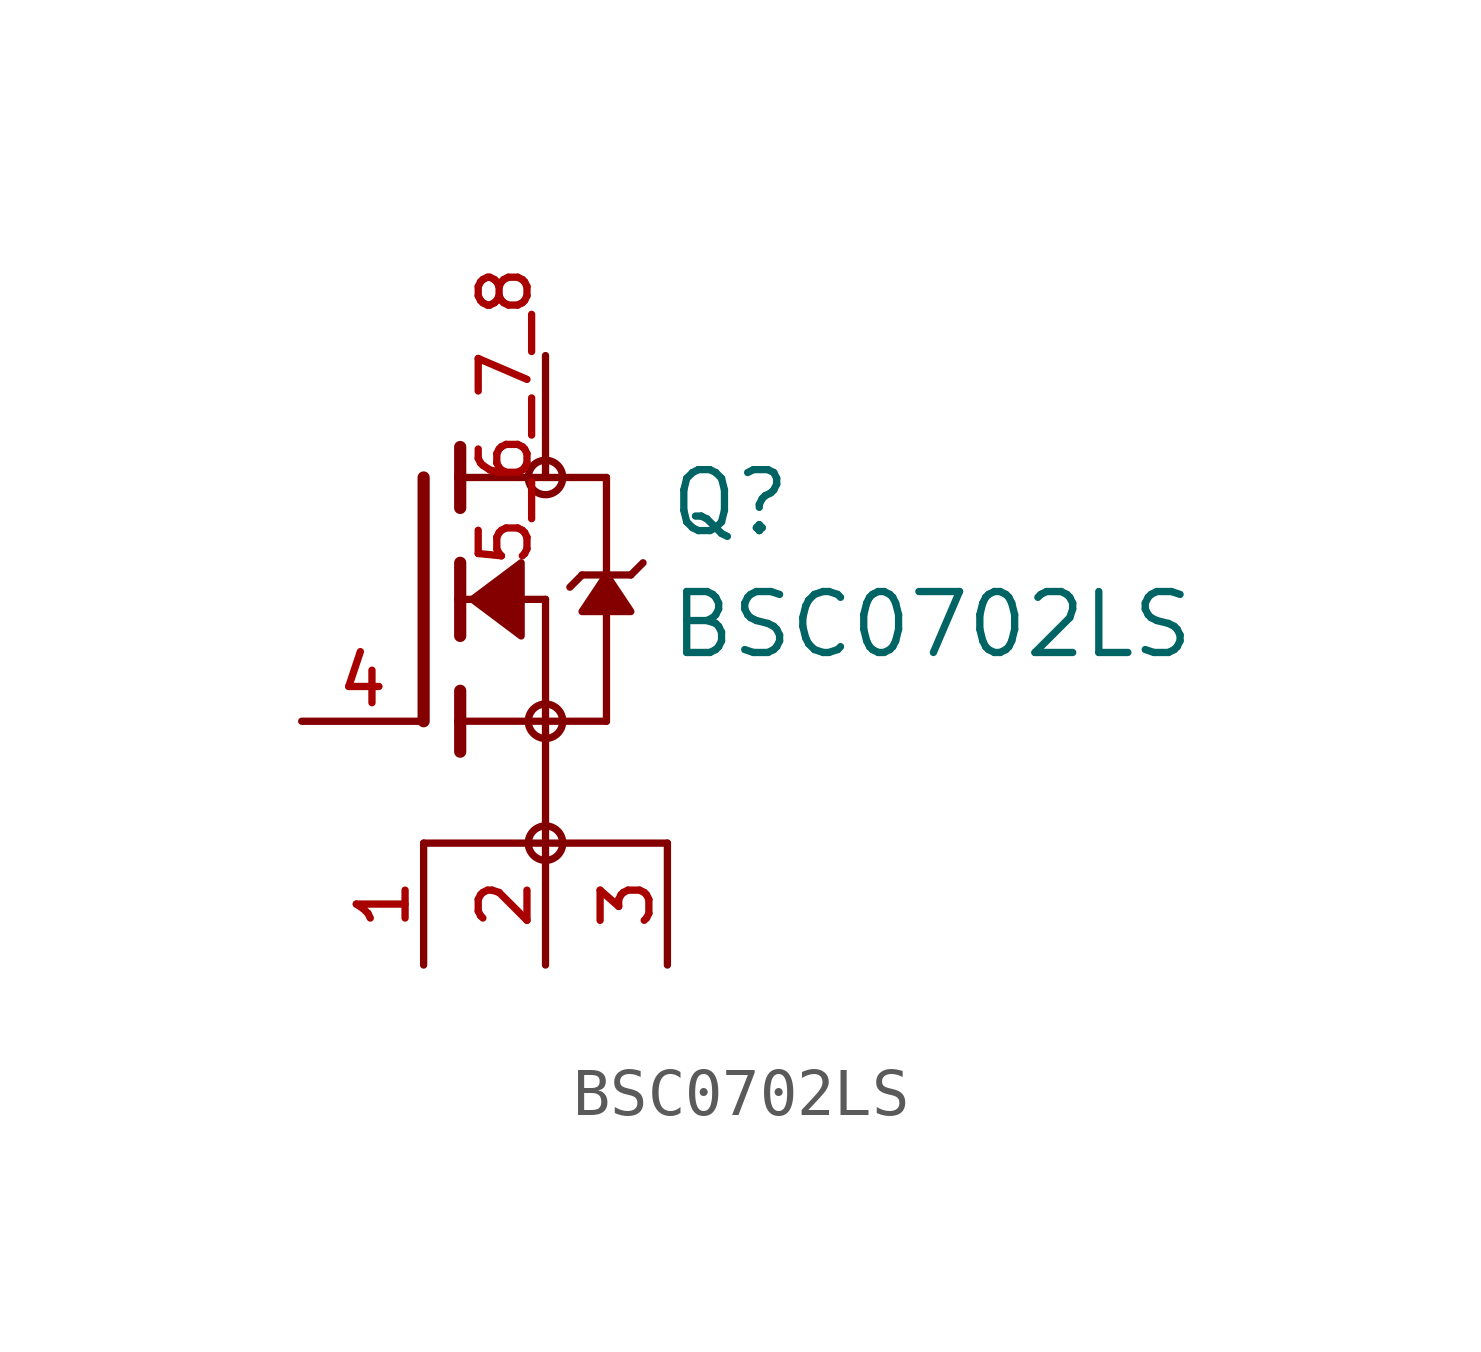
<source format=kicad_sym>
(kicad_symbol_lib
  (version 20211014)
  (generator kicad_symbol_editor)
  (symbol "BSC0702LS"
    (pin_names
      (offset 1.016))
    (property "Reference" "Q"
      (at 5.08 1.27 0)
      (effects (font (size 1.27 1.27)) (justify bottom left)))
    (property "Value" "BSC0702LS"
      (at 5.08 -1.27 0)
      (effects (font (size 1.27 1.27)) (justify bottom left)))
    (symbol "BSC0702LS_0_0"
      (polyline (pts (xy 0.762 0.762) (xy 0.762 0.0)) (stroke (width 0.254)))
      (polyline (pts (xy 0.762 0.0) (xy 0.762 -0.762)) (stroke (width 0.254)))
      (polyline (pts (xy 0.762 3.175) (xy 0.762 2.54)) (stroke (width 0.254)))
      (polyline (pts (xy 0.762 2.54) (xy 0.762 1.905)) (stroke (width 0.254)))
      (polyline (pts (xy 0.762 0.0) (xy 2.54 0.0)) (stroke (width 0.152)))
      (polyline (pts (xy 2.54 0.0) (xy 2.54 -2.54)) (stroke (width 0.152)))
      (polyline (pts (xy 0.762 -1.905) (xy 0.762 -2.54)) (stroke (width 0.254)))
      (polyline (pts (xy 0.762 -2.54) (xy 0.762 -3.175)) (stroke (width 0.254)))
      (polyline (pts (xy 0.0 2.54) (xy 0.0 -2.54)) (stroke (width 0.254)))
      (polyline (pts (xy 2.54 -2.54) (xy 0.762 -2.54)) (stroke (width 0.152)))
      (polyline (pts (xy 3.81 2.54) (xy 3.81 0.508)) (stroke (width 0.152)))
      (polyline (pts (xy 3.81 0.508) (xy 3.81 -2.54)) (stroke (width 0.152)))
      (polyline (pts (xy 2.54 -2.54) (xy 3.81 -2.54)) (stroke (width 0.152)))
      (polyline (pts (xy 0.762 2.54) (xy 3.81 2.54)) (stroke (width 0.152)))
      (polyline (pts (xy 4.572 0.762) (xy 4.318 0.508)) (stroke (width 0.152)))
      (polyline (pts (xy 4.318 0.508) (xy 3.81 0.508)) (stroke (width 0.152)))
      (polyline (pts (xy 3.81 0.508) (xy 3.302 0.508)) (stroke (width 0.152)))
      (polyline (pts (xy 3.302 0.508) (xy 3.048 0.254)) (stroke (width 0.152)))
      (circle (center 2.54 -2.54) (radius 0.359) (stroke (width 0.0)) (fill (type none)))
      (circle (center 2.54 2.54) (radius 0.359) (stroke (width 0.0)) (fill (type none)))
      (polyline (pts (xy 3.81 0.508) (xy 3.302 -0.254) (xy 4.318 -0.254) (xy 3.81 0.508)) (stroke (width 0.152)) (fill (type outline)))
      (polyline (pts (xy 1.016 0.0) (xy 2.032 0.762) (xy 2.032 -0.762) (xy 1.016 0.0)) (stroke (width 0.152)) (fill (type outline)))
      (polyline (pts (xy 2.54 -2.54) (xy 2.54 -5.08)) (stroke (width 0.152)))
      (polyline (pts (xy 0.0 -5.08) (xy 5.08 -5.08)) (stroke (width 0.152)))
      (circle (center 2.54 -5.08) (radius 0.359) (stroke (width 0.0)) (fill (type none)))
      (pin passive line (at 0.0 -7.62 90.0) (length 2.54) (name "~" (effects (font (size 1.016 1.016)))) (number "1" (effects (font (size 1.016 1.016)))))
      (pin passive line (at -2.54 -2.54 0) (length 2.54) (name "~" (effects (font (size 1.016 1.016)))) (number "4" (effects (font (size 1.016 1.016)))))
      (pin passive line (at 2.54 5.08 270.0) (length 2.54) (name "~" (effects (font (size 1.016 1.016)))) (number "5_6_7_8" (effects (font (size 1.016 1.016)))))
      (pin passive line (at 2.54 -7.62 90.0) (length 2.54) (name "~" (effects (font (size 1.016 1.016)))) (number "2" (effects (font (size 1.016 1.016)))))
      (pin passive line (at 5.08 -7.62 90.0) (length 2.54) (name "~" (effects (font (size 1.016 1.016)))) (number "3" (effects (font (size 1.016 1.016))))))))
</source>
